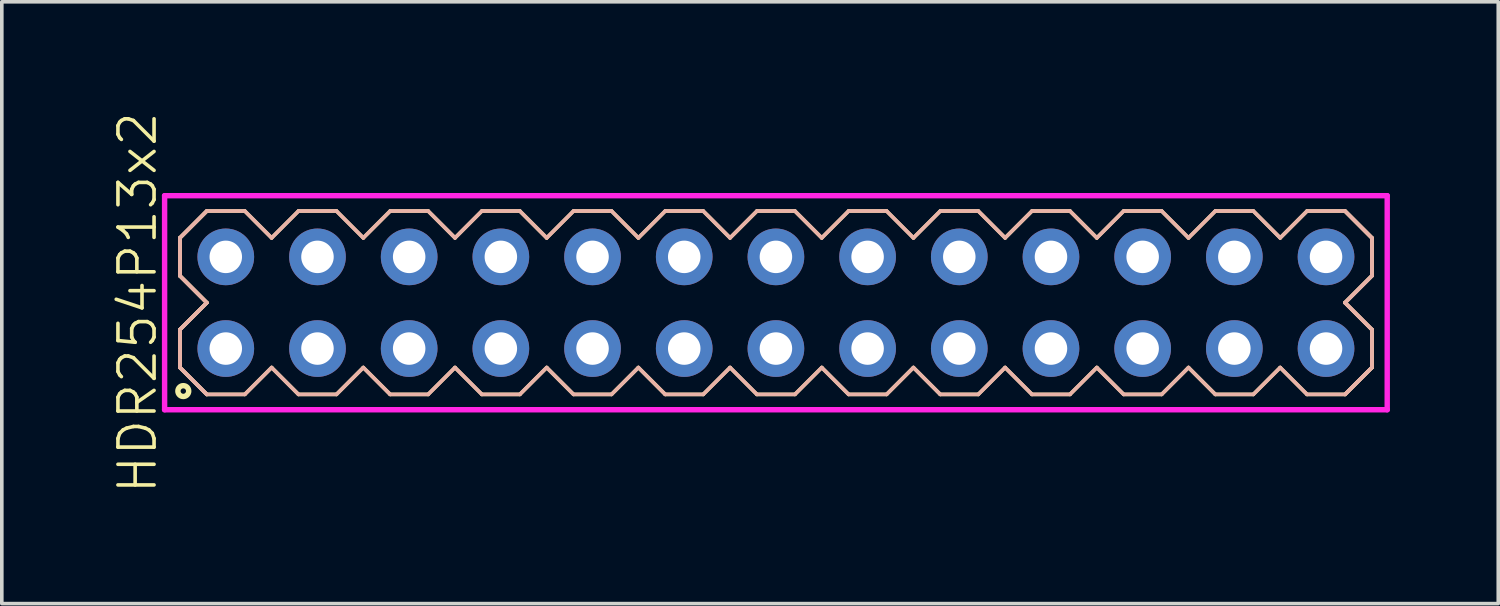
<source format=kicad_pcb>
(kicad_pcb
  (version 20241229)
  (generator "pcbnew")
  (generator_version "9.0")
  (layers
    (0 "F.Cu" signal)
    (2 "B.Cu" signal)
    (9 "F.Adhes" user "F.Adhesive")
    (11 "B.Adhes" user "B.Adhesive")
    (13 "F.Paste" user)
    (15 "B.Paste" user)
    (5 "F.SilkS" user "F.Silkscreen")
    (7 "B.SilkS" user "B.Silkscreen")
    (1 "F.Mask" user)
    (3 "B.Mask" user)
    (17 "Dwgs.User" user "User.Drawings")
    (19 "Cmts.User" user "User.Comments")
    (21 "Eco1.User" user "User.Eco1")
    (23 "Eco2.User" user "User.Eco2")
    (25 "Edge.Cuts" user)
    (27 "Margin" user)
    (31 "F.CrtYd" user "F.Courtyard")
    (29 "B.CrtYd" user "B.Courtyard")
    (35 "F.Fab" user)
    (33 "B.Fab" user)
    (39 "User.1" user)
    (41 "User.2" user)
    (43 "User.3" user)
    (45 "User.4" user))
  (footprint "HDR254P13x2"
    (layer "F.Cu")
    (at 18.445 5.336)
    (property "Reference" "HDR254P13x2" (at -17.685 0 90) (layer "F.SilkS") (effects (font (size 1 1) (thickness 0.1))))
    (attr through_hole)
    (fp_line (start -16.51 -1.796) (end -15.766 -2.54) (stroke (width 0.1) (type solid)) (layer "F.SilkS"))
    (fp_line (start -16.51 -1.796) (end -15.766 -2.54) (stroke (width 0.1) (type solid)) (layer "F.SilkS"))
    (fp_line (start -16.51 -0.744) (end -16.51 -1.796) (stroke (width 0.1) (type solid)) (layer "F.SilkS"))
    (fp_line (start -16.51 -0.744) (end -16.51 -1.796) (stroke (width 0.1) (type solid)) (layer "F.SilkS"))
    (fp_line (start -16.51 0.744) (end -15.766 0) (stroke (width 0.1) (type solid)) (layer "F.SilkS"))
    (fp_line (start -16.51 0.744) (end -15.766 0) (stroke (width 0.1) (type solid)) (layer "F.SilkS"))
    (fp_line (start -16.51 1.796) (end -16.51 0.744) (stroke (width 0.1) (type solid)) (layer "F.SilkS"))
    (fp_line (start -16.51 1.796) (end -16.51 0.744) (stroke (width 0.1) (type solid)) (layer "F.SilkS"))
    (fp_line (start -15.766 -2.54) (end -14.714 -2.54) (stroke (width 0.1) (type solid)) (layer "F.SilkS"))
    (fp_line (start -15.766 0) (end -16.51 -0.744) (stroke (width 0.1) (type solid)) (layer "F.SilkS"))
    (fp_line (start -15.766 0) (end -16.51 -0.744) (stroke (width 0.1) (type solid)) (layer "F.SilkS"))
    (fp_line (start -15.766 2.54) (end -16.51 1.796) (stroke (width 0.1) (type solid)) (layer "F.SilkS"))
    (fp_line (start -15.766 2.54) (end -16.51 1.796) (stroke (width 0.1) (type solid)) (layer "F.SilkS"))
    (fp_line (start -14.714 -2.54) (end -13.97 -1.796) (stroke (width 0.1) (type solid)) (layer "F.SilkS"))
    (fp_line (start -14.714 2.54) (end -15.766 2.54) (stroke (width 0.1) (type solid)) (layer "F.SilkS"))
    (fp_line (start -13.97 -1.796) (end -13.226 -2.54) (stroke (width 0.1) (type solid)) (layer "F.SilkS"))
    (fp_line (start -13.97 1.796) (end -14.714 2.54) (stroke (width 0.1) (type solid)) (layer "F.SilkS"))
    (fp_line (start -13.226 -2.54) (end -12.174 -2.54) (stroke (width 0.1) (type solid)) (layer "F.SilkS"))
    (fp_line (start -13.226 2.54) (end -13.97 1.796) (stroke (width 0.1) (type solid)) (layer "F.SilkS"))
    (fp_line (start -12.174 -2.54) (end -11.43 -1.796) (stroke (width 0.1) (type solid)) (layer "F.SilkS"))
    (fp_line (start -12.174 2.54) (end -13.226 2.54) (stroke (width 0.1) (type solid)) (layer "F.SilkS"))
    (fp_line (start -11.43 -1.796) (end -10.686 -2.54) (stroke (width 0.1) (type solid)) (layer "F.SilkS"))
    (fp_line (start -11.43 1.796) (end -12.174 2.54) (stroke (width 0.1) (type solid)) (layer "F.SilkS"))
    (fp_line (start -10.686 -2.54) (end -9.634 -2.54) (stroke (width 0.1) (type solid)) (layer "F.SilkS"))
    (fp_line (start -10.686 2.54) (end -11.43 1.796) (stroke (width 0.1) (type solid)) (layer "F.SilkS"))
    (fp_line (start -9.634 -2.54) (end -8.89 -1.796) (stroke (width 0.1) (type solid)) (layer "F.SilkS"))
    (fp_line (start -9.634 2.54) (end -10.686 2.54) (stroke (width 0.1) (type solid)) (layer "F.SilkS"))
    (fp_line (start -8.89 -1.796) (end -8.146 -2.54) (stroke (width 0.1) (type solid)) (layer "F.SilkS"))
    (fp_line (start -8.89 1.796) (end -9.634 2.54) (stroke (width 0.1) (type solid)) (layer "F.SilkS"))
    (fp_line (start -8.146 -2.54) (end -7.094 -2.54) (stroke (width 0.1) (type solid)) (layer "F.SilkS"))
    (fp_line (start -8.146 2.54) (end -8.89 1.796) (stroke (width 0.1) (type solid)) (layer "F.SilkS"))
    (fp_line (start -7.094 -2.54) (end -6.35 -1.796) (stroke (width 0.1) (type solid)) (layer "F.SilkS"))
    (fp_line (start -7.094 2.54) (end -8.146 2.54) (stroke (width 0.1) (type solid)) (layer "F.SilkS"))
    (fp_line (start -6.35 -1.796) (end -5.606 -2.54) (stroke (width 0.1) (type solid)) (layer "F.SilkS"))
    (fp_line (start -6.35 1.796) (end -7.094 2.54) (stroke (width 0.1) (type solid)) (layer "F.SilkS"))
    (fp_line (start -5.606 -2.54) (end -4.554 -2.54) (stroke (width 0.1) (type solid)) (layer "F.SilkS"))
    (fp_line (start -5.606 2.54) (end -6.35 1.796) (stroke (width 0.1) (type solid)) (layer "F.SilkS"))
    (fp_line (start -4.554 -2.54) (end -3.81 -1.796) (stroke (width 0.1) (type solid)) (layer "F.SilkS"))
    (fp_line (start -4.554 2.54) (end -5.606 2.54) (stroke (width 0.1) (type solid)) (layer "F.SilkS"))
    (fp_line (start -3.81 -1.796) (end -3.066 -2.54) (stroke (width 0.1) (type solid)) (layer "F.SilkS"))
    (fp_line (start -3.81 1.796) (end -4.554 2.54) (stroke (width 0.1) (type solid)) (layer "F.SilkS"))
    (fp_line (start -3.066 -2.54) (end -2.014 -2.54) (stroke (width 0.1) (type solid)) (layer "F.SilkS"))
    (fp_line (start -3.066 2.54) (end -3.81 1.796) (stroke (width 0.1) (type solid)) (layer "F.SilkS"))
    (fp_line (start -2.014 -2.54) (end -1.27 -1.796) (stroke (width 0.1) (type solid)) (layer "F.SilkS"))
    (fp_line (start -2.014 2.54) (end -3.066 2.54) (stroke (width 0.1) (type solid)) (layer "F.SilkS"))
    (fp_line (start -1.27 -1.796) (end -0.526 -2.54) (stroke (width 0.1) (type solid)) (layer "F.SilkS"))
    (fp_line (start -1.27 1.796) (end -2.014 2.54) (stroke (width 0.1) (type solid)) (layer "F.SilkS"))
    (fp_line (start -0.526 -2.54) (end 0.526 -2.54) (stroke (width 0.1) (type solid)) (layer "F.SilkS"))
    (fp_line (start -0.526 2.54) (end -1.27 1.796) (stroke (width 0.1) (type solid)) (layer "F.SilkS"))
    (fp_line (start 0.526 -2.54) (end 1.27 -1.796) (stroke (width 0.1) (type solid)) (layer "F.SilkS"))
    (fp_line (start 0.526 2.54) (end -0.526 2.54) (stroke (width 0.1) (type solid)) (layer "F.SilkS"))
    (fp_line (start 1.27 -1.796) (end 2.014 -2.54) (stroke (width 0.1) (type solid)) (layer "F.SilkS"))
    (fp_line (start 1.27 1.796) (end 0.526 2.54) (stroke (width 0.1) (type solid)) (layer "F.SilkS"))
    (fp_line (start 2.014 -2.54) (end 3.066 -2.54) (stroke (width 0.1) (type solid)) (layer "F.SilkS"))
    (fp_line (start 2.014 2.54) (end 1.27 1.796) (stroke (width 0.1) (type solid)) (layer "F.SilkS"))
    (fp_line (start 3.066 -2.54) (end 3.81 -1.796) (stroke (width 0.1) (type solid)) (layer "F.SilkS"))
    (fp_line (start 3.066 2.54) (end 2.014 2.54) (stroke (width 0.1) (type solid)) (layer "F.SilkS"))
    (fp_line (start 3.81 -1.796) (end 4.554 -2.54) (stroke (width 0.1) (type solid)) (layer "F.SilkS"))
    (fp_line (start 3.81 1.796) (end 3.066 2.54) (stroke (width 0.1) (type solid)) (layer "F.SilkS"))
    (fp_line (start 4.554 -2.54) (end 5.606 -2.54) (stroke (width 0.1) (type solid)) (layer "F.SilkS"))
    (fp_line (start 4.554 2.54) (end 3.81 1.796) (stroke (width 0.1) (type solid)) (layer "F.SilkS"))
    (fp_line (start 5.606 -2.54) (end 6.35 -1.796) (stroke (width 0.1) (type solid)) (layer "F.SilkS"))
    (fp_line (start 5.606 2.54) (end 4.554 2.54) (stroke (width 0.1) (type solid)) (layer "F.SilkS"))
    (fp_line (start 6.35 -1.796) (end 7.094 -2.54) (stroke (width 0.1) (type solid)) (layer "F.SilkS"))
    (fp_line (start 6.35 1.796) (end 5.606 2.54) (stroke (width 0.1) (type solid)) (layer "F.SilkS"))
    (fp_line (start 7.094 -2.54) (end 8.146 -2.54) (stroke (width 0.1) (type solid)) (layer "F.SilkS"))
    (fp_line (start 7.094 2.54) (end 6.35 1.796) (stroke (width 0.1) (type solid)) (layer "F.SilkS"))
    (fp_line (start 8.146 -2.54) (end 8.89 -1.796) (stroke (width 0.1) (type solid)) (layer "F.SilkS"))
    (fp_line (start 8.146 2.54) (end 7.094 2.54) (stroke (width 0.1) (type solid)) (layer "F.SilkS"))
    (fp_line (start 8.89 -1.796) (end 9.634 -2.54) (stroke (width 0.1) (type solid)) (layer "F.SilkS"))
    (fp_line (start 8.89 1.796) (end 8.146 2.54) (stroke (width 0.1) (type solid)) (layer "F.SilkS"))
    (fp_line (start 9.634 -2.54) (end 10.686 -2.54) (stroke (width 0.1) (type solid)) (layer "F.SilkS"))
    (fp_line (start 9.634 2.54) (end 8.89 1.796) (stroke (width 0.1) (type solid)) (layer "F.SilkS"))
    (fp_line (start 10.686 -2.54) (end 11.43 -1.796) (stroke (width 0.1) (type solid)) (layer "F.SilkS"))
    (fp_line (start 10.686 2.54) (end 9.634 2.54) (stroke (width 0.1) (type solid)) (layer "F.SilkS"))
    (fp_line (start 11.43 -1.796) (end 12.174 -2.54) (stroke (width 0.1) (type solid)) (layer "F.SilkS"))
    (fp_line (start 11.43 1.796) (end 10.686 2.54) (stroke (width 0.1) (type solid)) (layer "F.SilkS"))
    (fp_line (start 12.174 -2.54) (end 13.226 -2.54) (stroke (width 0.1) (type solid)) (layer "F.SilkS"))
    (fp_line (start 12.174 2.54) (end 11.43 1.796) (stroke (width 0.1) (type solid)) (layer "F.SilkS"))
    (fp_line (start 13.226 -2.54) (end 13.97 -1.796) (stroke (width 0.1) (type solid)) (layer "F.SilkS"))
    (fp_line (start 13.226 2.54) (end 12.174 2.54) (stroke (width 0.1) (type solid)) (layer "F.SilkS"))
    (fp_line (start 13.97 -1.796) (end 14.714 -2.54) (stroke (width 0.1) (type solid)) (layer "F.SilkS"))
    (fp_line (start 13.97 1.796) (end 13.226 2.54) (stroke (width 0.1) (type solid)) (layer "F.SilkS"))
    (fp_line (start 14.714 -2.54) (end 15.766 -2.54) (stroke (width 0.1) (type solid)) (layer "F.SilkS"))
    (fp_line (start 14.714 2.54) (end 13.97 1.796) (stroke (width 0.1) (type solid)) (layer "F.SilkS"))
    (fp_line (start 15.766 -2.54) (end 16.51 -1.796) (stroke (width 0.1) (type solid)) (layer "F.SilkS"))
    (fp_line (start 15.766 -2.54) (end 16.51 -1.796) (stroke (width 0.1) (type solid)) (layer "F.SilkS"))
    (fp_line (start 15.766 0) (end 16.51 0.744) (stroke (width 0.1) (type solid)) (layer "F.SilkS"))
    (fp_line (start 15.766 0) (end 16.51 0.744) (stroke (width 0.1) (type solid)) (layer "F.SilkS"))
    (fp_line (start 15.766 2.54) (end 14.714 2.54) (stroke (width 0.1) (type solid)) (layer "F.SilkS"))
    (fp_line (start 16.51 -1.796) (end 16.51 -0.744) (stroke (width 0.1) (type solid)) (layer "F.SilkS"))
    (fp_line (start 16.51 -1.796) (end 16.51 -0.744) (stroke (width 0.1) (type solid)) (layer "F.SilkS"))
    (fp_line (start 16.51 -0.744) (end 15.766 0) (stroke (width 0.1) (type solid)) (layer "F.SilkS"))
    (fp_line (start 16.51 -0.744) (end 15.766 0) (stroke (width 0.1) (type solid)) (layer "F.SilkS"))
    (fp_line (start 16.51 0.744) (end 16.51 1.796) (stroke (width 0.1) (type solid)) (layer "F.SilkS"))
    (fp_line (start 16.51 0.744) (end 16.51 1.796) (stroke (width 0.1) (type solid)) (layer "F.SilkS"))
    (fp_line (start 16.51 1.796) (end 15.766 2.54) (stroke (width 0.1) (type solid)) (layer "F.SilkS"))
    (fp_line (start 16.51 1.796) (end 15.766 2.54) (stroke (width 0.1) (type solid)) (layer "F.SilkS"))
    (fp_circle (center -16.417 2.448) (end -16.267 2.448) (stroke (width 0.15) (type solid)) (fill no) (layer "F.SilkS"))
    (fp_line (start -16.51 -1.796) (end -15.766 -2.54) (stroke (width 0.1) (type solid)) (layer "B.SilkS"))
    (fp_line (start -16.51 -1.796) (end -15.766 -2.54) (stroke (width 0.1) (type solid)) (layer "B.SilkS"))
    (fp_line (start -16.51 -0.744) (end -16.51 -1.796) (stroke (width 0.1) (type solid)) (layer "B.SilkS"))
    (fp_line (start -16.51 -0.744) (end -16.51 -1.796) (stroke (width 0.1) (type solid)) (layer "B.SilkS"))
    (fp_line (start -16.51 0.744) (end -15.766 0) (stroke (width 0.1) (type solid)) (layer "B.SilkS"))
    (fp_line (start -16.51 0.744) (end -15.766 0) (stroke (width 0.1) (type solid)) (layer "B.SilkS"))
    (fp_line (start -16.51 1.796) (end -16.51 0.744) (stroke (width 0.1) (type solid)) (layer "B.SilkS"))
    (fp_line (start -16.51 1.796) (end -16.51 0.744) (stroke (width 0.1) (type solid)) (layer "B.SilkS"))
    (fp_line (start -15.766 -2.54) (end -14.714 -2.54) (stroke (width 0.1) (type solid)) (layer "B.SilkS"))
    (fp_line (start -15.766 0) (end -16.51 -0.744) (stroke (width 0.1) (type solid)) (layer "B.SilkS"))
    (fp_line (start -15.766 0) (end -16.51 -0.744) (stroke (width 0.1) (type solid)) (layer "B.SilkS"))
    (fp_line (start -15.766 2.54) (end -16.51 1.796) (stroke (width 0.1) (type solid)) (layer "B.SilkS"))
    (fp_line (start -15.766 2.54) (end -16.51 1.796) (stroke (width 0.1) (type solid)) (layer "B.SilkS"))
    (fp_line (start -14.714 -2.54) (end -13.97 -1.796) (stroke (width 0.1) (type solid)) (layer "B.SilkS"))
    (fp_line (start -14.714 2.54) (end -15.766 2.54) (stroke (width 0.1) (type solid)) (layer "B.SilkS"))
    (fp_line (start -13.97 -1.796) (end -13.226 -2.54) (stroke (width 0.1) (type solid)) (layer "B.SilkS"))
    (fp_line (start -13.97 1.796) (end -14.714 2.54) (stroke (width 0.1) (type solid)) (layer "B.SilkS"))
    (fp_line (start -13.226 -2.54) (end -12.174 -2.54) (stroke (width 0.1) (type solid)) (layer "B.SilkS"))
    (fp_line (start -13.226 2.54) (end -13.97 1.796) (stroke (width 0.1) (type solid)) (layer "B.SilkS"))
    (fp_line (start -12.174 -2.54) (end -11.43 -1.796) (stroke (width 0.1) (type solid)) (layer "B.SilkS"))
    (fp_line (start -12.174 2.54) (end -13.226 2.54) (stroke (width 0.1) (type solid)) (layer "B.SilkS"))
    (fp_line (start -11.43 -1.796) (end -10.686 -2.54) (stroke (width 0.1) (type solid)) (layer "B.SilkS"))
    (fp_line (start -11.43 1.796) (end -12.174 2.54) (stroke (width 0.1) (type solid)) (layer "B.SilkS"))
    (fp_line (start -10.686 -2.54) (end -9.634 -2.54) (stroke (width 0.1) (type solid)) (layer "B.SilkS"))
    (fp_line (start -10.686 2.54) (end -11.43 1.796) (stroke (width 0.1) (type solid)) (layer "B.SilkS"))
    (fp_line (start -9.634 -2.54) (end -8.89 -1.796) (stroke (width 0.1) (type solid)) (layer "B.SilkS"))
    (fp_line (start -9.634 2.54) (end -10.686 2.54) (stroke (width 0.1) (type solid)) (layer "B.SilkS"))
    (fp_line (start -8.89 -1.796) (end -8.146 -2.54) (stroke (width 0.1) (type solid)) (layer "B.SilkS"))
    (fp_line (start -8.89 1.796) (end -9.634 2.54) (stroke (width 0.1) (type solid)) (layer "B.SilkS"))
    (fp_line (start -8.146 -2.54) (end -7.094 -2.54) (stroke (width 0.1) (type solid)) (layer "B.SilkS"))
    (fp_line (start -8.146 2.54) (end -8.89 1.796) (stroke (width 0.1) (type solid)) (layer "B.SilkS"))
    (fp_line (start -7.094 -2.54) (end -6.35 -1.796) (stroke (width 0.1) (type solid)) (layer "B.SilkS"))
    (fp_line (start -7.094 2.54) (end -8.146 2.54) (stroke (width 0.1) (type solid)) (layer "B.SilkS"))
    (fp_line (start -6.35 -1.796) (end -5.606 -2.54) (stroke (width 0.1) (type solid)) (layer "B.SilkS"))
    (fp_line (start -6.35 1.796) (end -7.094 2.54) (stroke (width 0.1) (type solid)) (layer "B.SilkS"))
    (fp_line (start -5.606 -2.54) (end -4.554 -2.54) (stroke (width 0.1) (type solid)) (layer "B.SilkS"))
    (fp_line (start -5.606 2.54) (end -6.35 1.796) (stroke (width 0.1) (type solid)) (layer "B.SilkS"))
    (fp_line (start -4.554 -2.54) (end -3.81 -1.796) (stroke (width 0.1) (type solid)) (layer "B.SilkS"))
    (fp_line (start -4.554 2.54) (end -5.606 2.54) (stroke (width 0.1) (type solid)) (layer "B.SilkS"))
    (fp_line (start -3.81 -1.796) (end -3.066 -2.54) (stroke (width 0.1) (type solid)) (layer "B.SilkS"))
    (fp_line (start -3.81 1.796) (end -4.554 2.54) (stroke (width 0.1) (type solid)) (layer "B.SilkS"))
    (fp_line (start -3.066 -2.54) (end -2.014 -2.54) (stroke (width 0.1) (type solid)) (layer "B.SilkS"))
    (fp_line (start -3.066 2.54) (end -3.81 1.796) (stroke (width 0.1) (type solid)) (layer "B.SilkS"))
    (fp_line (start -2.014 -2.54) (end -1.27 -1.796) (stroke (width 0.1) (type solid)) (layer "B.SilkS"))
    (fp_line (start -2.014 2.54) (end -3.066 2.54) (stroke (width 0.1) (type solid)) (layer "B.SilkS"))
    (fp_line (start -1.27 -1.796) (end -0.526 -2.54) (stroke (width 0.1) (type solid)) (layer "B.SilkS"))
    (fp_line (start -1.27 1.796) (end -2.014 2.54) (stroke (width 0.1) (type solid)) (layer "B.SilkS"))
    (fp_line (start -0.526 -2.54) (end 0.526 -2.54) (stroke (width 0.1) (type solid)) (layer "B.SilkS"))
    (fp_line (start -0.526 2.54) (end -1.27 1.796) (stroke (width 0.1) (type solid)) (layer "B.SilkS"))
    (fp_line (start 0.526 -2.54) (end 1.27 -1.796) (stroke (width 0.1) (type solid)) (layer "B.SilkS"))
    (fp_line (start 0.526 2.54) (end -0.526 2.54) (stroke (width 0.1) (type solid)) (layer "B.SilkS"))
    (fp_line (start 1.27 -1.796) (end 2.014 -2.54) (stroke (width 0.1) (type solid)) (layer "B.SilkS"))
    (fp_line (start 1.27 1.796) (end 0.526 2.54) (stroke (width 0.1) (type solid)) (layer "B.SilkS"))
    (fp_line (start 2.014 -2.54) (end 3.066 -2.54) (stroke (width 0.1) (type solid)) (layer "B.SilkS"))
    (fp_line (start 2.014 2.54) (end 1.27 1.796) (stroke (width 0.1) (type solid)) (layer "B.SilkS"))
    (fp_line (start 3.066 -2.54) (end 3.81 -1.796) (stroke (width 0.1) (type solid)) (layer "B.SilkS"))
    (fp_line (start 3.066 2.54) (end 2.014 2.54) (stroke (width 0.1) (type solid)) (layer "B.SilkS"))
    (fp_line (start 3.81 -1.796) (end 4.554 -2.54) (stroke (width 0.1) (type solid)) (layer "B.SilkS"))
    (fp_line (start 3.81 1.796) (end 3.066 2.54) (stroke (width 0.1) (type solid)) (layer "B.SilkS"))
    (fp_line (start 4.554 -2.54) (end 5.606 -2.54) (stroke (width 0.1) (type solid)) (layer "B.SilkS"))
    (fp_line (start 4.554 2.54) (end 3.81 1.796) (stroke (width 0.1) (type solid)) (layer "B.SilkS"))
    (fp_line (start 5.606 -2.54) (end 6.35 -1.796) (stroke (width 0.1) (type solid)) (layer "B.SilkS"))
    (fp_line (start 5.606 2.54) (end 4.554 2.54) (stroke (width 0.1) (type solid)) (layer "B.SilkS"))
    (fp_line (start 6.35 -1.796) (end 7.094 -2.54) (stroke (width 0.1) (type solid)) (layer "B.SilkS"))
    (fp_line (start 6.35 1.796) (end 5.606 2.54) (stroke (width 0.1) (type solid)) (layer "B.SilkS"))
    (fp_line (start 7.094 -2.54) (end 8.146 -2.54) (stroke (width 0.1) (type solid)) (layer "B.SilkS"))
    (fp_line (start 7.094 2.54) (end 6.35 1.796) (stroke (width 0.1) (type solid)) (layer "B.SilkS"))
    (fp_line (start 8.146 -2.54) (end 8.89 -1.796) (stroke (width 0.1) (type solid)) (layer "B.SilkS"))
    (fp_line (start 8.146 2.54) (end 7.094 2.54) (stroke (width 0.1) (type solid)) (layer "B.SilkS"))
    (fp_line (start 8.89 -1.796) (end 9.634 -2.54) (stroke (width 0.1) (type solid)) (layer "B.SilkS"))
    (fp_line (start 8.89 1.796) (end 8.146 2.54) (stroke (width 0.1) (type solid)) (layer "B.SilkS"))
    (fp_line (start 9.634 -2.54) (end 10.686 -2.54) (stroke (width 0.1) (type solid)) (layer "B.SilkS"))
    (fp_line (start 9.634 2.54) (end 8.89 1.796) (stroke (width 0.1) (type solid)) (layer "B.SilkS"))
    (fp_line (start 10.686 -2.54) (end 11.43 -1.796) (stroke (width 0.1) (type solid)) (layer "B.SilkS"))
    (fp_line (start 10.686 2.54) (end 9.634 2.54) (stroke (width 0.1) (type solid)) (layer "B.SilkS"))
    (fp_line (start 11.43 -1.796) (end 12.174 -2.54) (stroke (width 0.1) (type solid)) (layer "B.SilkS"))
    (fp_line (start 11.43 1.796) (end 10.686 2.54) (stroke (width 0.1) (type solid)) (layer "B.SilkS"))
    (fp_line (start 12.174 -2.54) (end 13.226 -2.54) (stroke (width 0.1) (type solid)) (layer "B.SilkS"))
    (fp_line (start 12.174 2.54) (end 11.43 1.796) (stroke (width 0.1) (type solid)) (layer "B.SilkS"))
    (fp_line (start 13.226 -2.54) (end 13.97 -1.796) (stroke (width 0.1) (type solid)) (layer "B.SilkS"))
    (fp_line (start 13.226 2.54) (end 12.174 2.54) (stroke (width 0.1) (type solid)) (layer "B.SilkS"))
    (fp_line (start 13.97 -1.796) (end 14.714 -2.54) (stroke (width 0.1) (type solid)) (layer "B.SilkS"))
    (fp_line (start 13.97 1.796) (end 13.226 2.54) (stroke (width 0.1) (type solid)) (layer "B.SilkS"))
    (fp_line (start 14.714 -2.54) (end 15.766 -2.54) (stroke (width 0.1) (type solid)) (layer "B.SilkS"))
    (fp_line (start 14.714 2.54) (end 13.97 1.796) (stroke (width 0.1) (type solid)) (layer "B.SilkS"))
    (fp_line (start 15.766 -2.54) (end 16.51 -1.796) (stroke (width 0.1) (type solid)) (layer "B.SilkS"))
    (fp_line (start 15.766 -2.54) (end 16.51 -1.796) (stroke (width 0.1) (type solid)) (layer "B.SilkS"))
    (fp_line (start 15.766 0) (end 16.51 0.744) (stroke (width 0.1) (type solid)) (layer "B.SilkS"))
    (fp_line (start 15.766 0) (end 16.51 0.744) (stroke (width 0.1) (type solid)) (layer "B.SilkS"))
    (fp_line (start 15.766 2.54) (end 14.714 2.54) (stroke (width 0.1) (type solid)) (layer "B.SilkS"))
    (fp_line (start 16.51 -1.796) (end 16.51 -0.744) (stroke (width 0.1) (type solid)) (layer "B.SilkS"))
    (fp_line (start 16.51 -1.796) (end 16.51 -0.744) (stroke (width 0.1) (type solid)) (layer "B.SilkS"))
    (fp_line (start 16.51 -0.744) (end 15.766 0) (stroke (width 0.1) (type solid)) (layer "B.SilkS"))
    (fp_line (start 16.51 -0.744) (end 15.766 0) (stroke (width 0.1) (type solid)) (layer "B.SilkS"))
    (fp_line (start 16.51 0.744) (end 16.51 1.796) (stroke (width 0.1) (type solid)) (layer "B.SilkS"))
    (fp_line (start 16.51 0.744) (end 16.51 1.796) (stroke (width 0.1) (type solid)) (layer "B.SilkS"))
    (fp_line (start 16.51 1.796) (end 15.766 2.54) (stroke (width 0.1) (type solid)) (layer "B.SilkS"))
    (fp_line (start 16.51 1.796) (end 15.766 2.54) (stroke (width 0.1) (type solid)) (layer "B.SilkS"))
    (fp_line (start -16.935 -2.965) (end -16.935 2.965) (stroke (width 0.15) (type solid)) (layer "F.CrtYd"))
    (fp_line (start -16.935 2.965) (end 16.935 2.965) (stroke (width 0.15) (type solid)) (layer "F.CrtYd"))
    (fp_line (start 16.935 -2.965) (end -16.935 -2.965) (stroke (width 0.15) (type solid)) (layer "F.CrtYd"))
    (fp_line (start 16.935 2.965) (end 16.935 -2.965) (stroke (width 0.15) (type solid)) (layer "F.CrtYd"))
    (pad "1" thru_hole oval (at -15.24 1.27) (size 1.57 1.57) (drill 0.9) (layers "*.Cu" "*.Mask"))
    (pad "2" thru_hole oval (at -15.24 -1.27) (size 1.57 1.57) (drill 0.9) (layers "*.Cu" "*.Mask"))
    (pad "3" thru_hole oval (at -12.7 1.27) (size 1.57 1.57) (drill 0.9) (layers "*.Cu" "*.Mask"))
    (pad "4" thru_hole oval (at -12.7 -1.27) (size 1.57 1.57) (drill 0.9) (layers "*.Cu" "*.Mask"))
    (pad "5" thru_hole oval (at -10.16 1.27) (size 1.57 1.57) (drill 0.9) (layers "*.Cu" "*.Mask"))
    (pad "6" thru_hole oval (at -10.16 -1.27) (size 1.57 1.57) (drill 0.9) (layers "*.Cu" "*.Mask"))
    (pad "7" thru_hole oval (at -7.62 1.27) (size 1.57 1.57) (drill 0.9) (layers "*.Cu" "*.Mask"))
    (pad "8" thru_hole oval (at -7.62 -1.27) (size 1.57 1.57) (drill 0.9) (layers "*.Cu" "*.Mask"))
    (pad "9" thru_hole oval (at -5.08 1.27) (size 1.57 1.57) (drill 0.9) (layers "*.Cu" "*.Mask"))
    (pad "10" thru_hole oval (at -5.08 -1.27) (size 1.57 1.57) (drill 0.9) (layers "*.Cu" "*.Mask"))
    (pad "11" thru_hole oval (at -2.54 1.27) (size 1.57 1.57) (drill 0.9) (layers "*.Cu" "*.Mask"))
    (pad "12" thru_hole oval (at -2.54 -1.27) (size 1.57 1.57) (drill 0.9) (layers "*.Cu" "*.Mask"))
    (pad "13" thru_hole oval (at 0 1.27) (size 1.57 1.57) (drill 0.9) (layers "*.Cu" "*.Mask"))
    (pad "14" thru_hole oval (at 0 -1.27) (size 1.57 1.57) (drill 0.9) (layers "*.Cu" "*.Mask"))
    (pad "15" thru_hole oval (at 2.54 1.27) (size 1.57 1.57) (drill 0.9) (layers "*.Cu" "*.Mask"))
    (pad "16" thru_hole oval (at 2.54 -1.27) (size 1.57 1.57) (drill 0.9) (layers "*.Cu" "*.Mask"))
    (pad "17" thru_hole oval (at 5.08 1.27) (size 1.57 1.57) (drill 0.9) (layers "*.Cu" "*.Mask"))
    (pad "18" thru_hole oval (at 5.08 -1.27) (size 1.57 1.57) (drill 0.9) (layers "*.Cu" "*.Mask"))
    (pad "19" thru_hole oval (at 7.62 1.27) (size 1.57 1.57) (drill 0.9) (layers "*.Cu" "*.Mask"))
    (pad "20" thru_hole oval (at 7.62 -1.27) (size 1.57 1.57) (drill 0.9) (layers "*.Cu" "*.Mask"))
    (pad "21" thru_hole oval (at 10.16 1.27) (size 1.57 1.57) (drill 0.9) (layers "*.Cu" "*.Mask"))
    (pad "22" thru_hole oval (at 10.16 -1.27) (size 1.57 1.57) (drill 0.9) (layers "*.Cu" "*.Mask"))
    (pad "23" thru_hole oval (at 12.7 1.27) (size 1.57 1.57) (drill 0.9) (layers "*.Cu" "*.Mask"))
    (pad "24" thru_hole oval (at 12.7 -1.27) (size 1.57 1.57) (drill 0.9) (layers "*.Cu" "*.Mask"))
    (pad "25" thru_hole oval (at 15.24 1.27) (size 1.57 1.57) (drill 0.9) (layers "*.Cu" "*.Mask"))
    (pad "26" thru_hole oval (at 15.24 -1.27) (size 1.57 1.57) (drill 0.9) (layers "*.Cu" "*.Mask")))
  (gr_rect
    (start -3 -3)
    (end 38.456 13.671)
    (stroke (width 0.1) (type default))
    (fill no)
    (layer "Edge.Cuts")))
</source>
